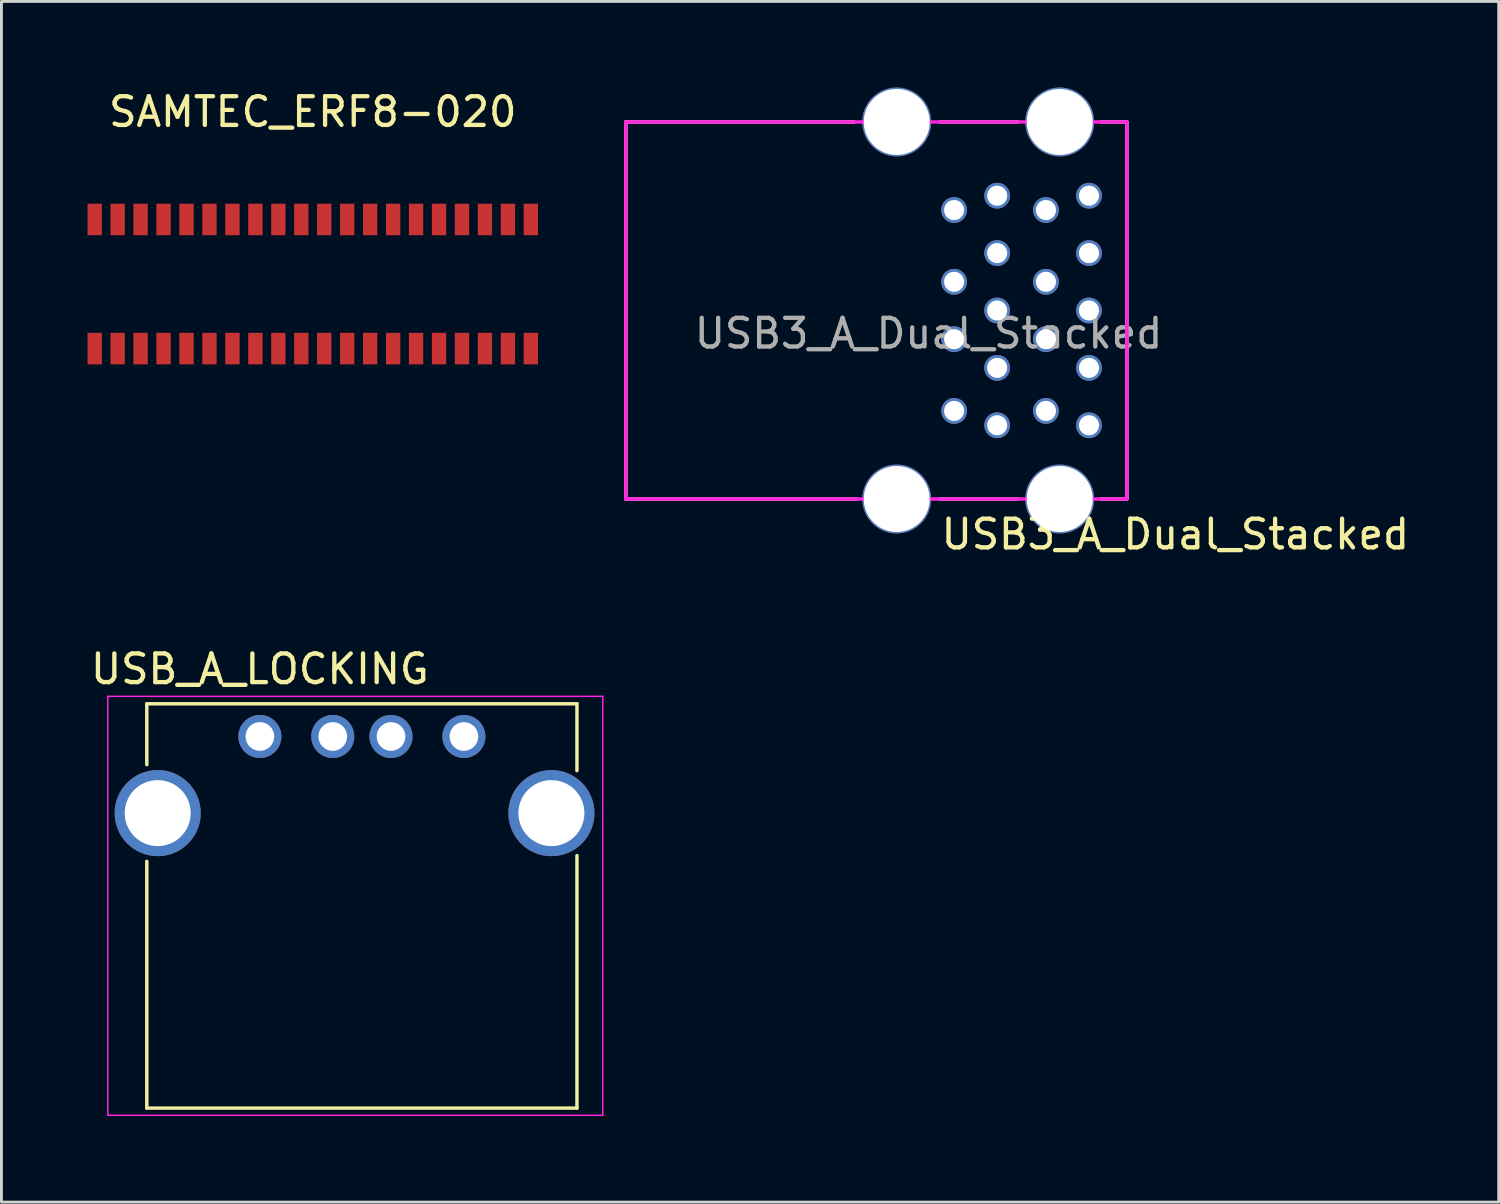
<source format=kicad_pcb>
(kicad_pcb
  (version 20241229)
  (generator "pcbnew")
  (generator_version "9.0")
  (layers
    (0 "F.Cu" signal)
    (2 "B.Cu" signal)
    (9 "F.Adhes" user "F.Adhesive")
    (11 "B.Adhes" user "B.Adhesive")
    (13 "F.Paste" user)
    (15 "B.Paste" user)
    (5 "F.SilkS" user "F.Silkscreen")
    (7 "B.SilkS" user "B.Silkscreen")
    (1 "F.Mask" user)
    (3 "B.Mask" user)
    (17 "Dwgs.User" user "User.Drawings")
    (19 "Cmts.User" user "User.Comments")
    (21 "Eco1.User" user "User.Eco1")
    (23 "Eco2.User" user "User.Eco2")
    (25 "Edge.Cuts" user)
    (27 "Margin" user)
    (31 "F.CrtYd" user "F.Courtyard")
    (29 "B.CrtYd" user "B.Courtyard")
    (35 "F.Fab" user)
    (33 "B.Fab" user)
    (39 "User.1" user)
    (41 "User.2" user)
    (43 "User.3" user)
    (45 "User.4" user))
  (footprint "USB3_A_Dual_Stacked"
    (layer "F.Cu")
    (at 28.91 7.77)
    (property "Reference" "USB3_A_Dual_Stacked" (at 9 7.8 0) (unlocked yes) (layer "F.SilkS") (effects (font (size 1 1) (thickness 0.15))))
    (fp_line (start -10.15 -6.57) (end -10.15 6.57) (stroke (width 0.12) (type solid)) (layer "F.SilkS"))
    (fp_line (start -2.2 -6.57) (end -10.15 -6.57) (stroke (width 0.12) (type solid)) (layer "F.SilkS"))
    (fp_line (start -2.1 6.57) (end -10.15 6.57) (stroke (width 0.12) (type solid)) (layer "F.SilkS"))
    (fp_line (start 3.5 -6.57) (end 0.8 -6.57) (stroke (width 0.12) (type solid)) (layer "F.SilkS"))
    (fp_line (start 3.5 6.57) (end 0.8 6.57) (stroke (width 0.12) (type solid)) (layer "F.SilkS"))
    (fp_line (start 7.31 -6.57) (end 6.4 -6.57) (stroke (width 0.12) (type solid)) (layer "F.SilkS"))
    (fp_line (start 7.31 6.57) (end 6.4 6.57) (stroke (width 0.12) (type solid)) (layer "F.SilkS"))
    (fp_line (start 7.31 6.57) (end 7.31 -6.57) (stroke (width 0.12) (type solid)) (layer "F.SilkS"))
    (fp_line (start -10.15 -6.57) (end -10.15 6.57) (stroke (width 0.12) (type solid)) (layer "F.CrtYd"))
    (fp_line (start 7.31 -6.57) (end -10.15 -6.57) (stroke (width 0.12) (type solid)) (layer "F.CrtYd"))
    (fp_line (start 7.31 6.57) (end -10.15 6.57) (stroke (width 0.12) (type solid)) (layer "F.CrtYd"))
    (fp_line (start 7.31 6.57) (end 7.31 -6.57) (stroke (width 0.12) (type solid)) (layer "F.CrtYd"))
    (fp_text user "${REFERENCE}" (at 0.4 0.8 0) (unlocked yes) (layer "F.Fab") (effects (font (size 1 1) (thickness 0.15))))
    (pad "1" thru_hole circle (at 1.29 -3.5) (size 0.9 0.9) (drill 0.7) (layers "*.Cu" "*.Mask"))
    (pad "2" thru_hole circle (at 1.29 -1) (size 0.9 0.9) (drill 0.7) (layers "*.Cu" "*.Mask"))
    (pad "3" thru_hole circle (at 1.29 1) (size 0.9 0.9) (drill 0.7) (layers "*.Cu" "*.Mask"))
    (pad "4" thru_hole circle (at 1.29 3.5) (size 0.9 0.9) (drill 0.7) (layers "*.Cu" "*.Mask"))
    (pad "5" thru_hole circle (at 2.79 4) (size 0.9 0.9) (drill 0.7) (layers "*.Cu" "*.Mask"))
    (pad "6" thru_hole circle (at 2.79 2) (size 0.9 0.9) (drill 0.7) (layers "*.Cu" "*.Mask"))
    (pad "7" thru_hole circle (at 2.79 0) (size 0.9 0.9) (drill 0.7) (layers "*.Cu" "*.Mask"))
    (pad "8" thru_hole circle (at 2.79 -2) (size 0.9 0.9) (drill 0.7) (layers "*.Cu" "*.Mask"))
    (pad "9" thru_hole circle (at 2.79 -4) (size 0.9 0.9) (drill 0.7) (layers "*.Cu" "*.Mask"))
    (pad "10" thru_hole circle (at 4.49 -3.5) (size 0.9 0.9) (drill 0.7) (layers "*.Cu" "*.Mask"))
    (pad "11" thru_hole circle (at 4.49 -1) (size 0.9 0.9) (drill 0.7) (layers "*.Cu" "*.Mask"))
    (pad "12" thru_hole circle (at 4.49 1) (size 0.9 0.9) (drill 0.7) (layers "*.Cu" "*.Mask"))
    (pad "13" thru_hole circle (at 4.49 3.5) (size 0.9 0.9) (drill 0.7) (layers "*.Cu" "*.Mask"))
    (pad "14" thru_hole circle (at 5.99 4) (size 0.9 0.9) (drill 0.7) (layers "*.Cu" "*.Mask"))
    (pad "15" thru_hole circle (at 5.99 2) (size 0.9 0.9) (drill 0.7) (layers "*.Cu" "*.Mask"))
    (pad "16" thru_hole circle (at 5.99 0) (size 0.9 0.9) (drill 0.7) (layers "*.Cu" "*.Mask"))
    (pad "17" thru_hole circle (at 5.99 -2) (size 0.9 0.9) (drill 0.7) (layers "*.Cu" "*.Mask"))
    (pad "18" thru_hole circle (at 5.99 -4) (size 0.9 0.9) (drill 0.7) (layers "*.Cu" "*.Mask"))
    (pad "S" thru_hole circle (at -0.71 -6.57) (size 2.4 2.4) (drill 2.3) (layers "*.Cu" "*.Mask"))
    (pad "S" thru_hole circle (at -0.71 6.57) (size 2.4 2.4) (drill 2.3) (layers "*.Cu" "*.Mask"))
    (pad "S" thru_hole circle (at 4.97 -6.57) (size 2.4 2.4) (drill 2.3) (layers "*.Cu" "*.Mask"))
    (pad "S" thru_hole circle (at 4.97 6.57) (size 2.4 2.4) (drill 2.3) (layers "*.Cu" "*.Mask")))
  (footprint "USB_A_LOCKING"
    (layer "F.Cu")
    (at 6.006 22.616)
    (property "Reference" "USB_A_LOCKING" (at 0 -2.35 0) (layer "F.SilkS") (effects (font (size 1 1) (thickness 0.15))))
    (attr through_hole)
    (fp_line (start -3.94 -1.14) (end -3.94 0.98) (stroke (width 0.12) (type solid)) (layer "F.SilkS"))
    (fp_line (start -3.94 4.35) (end -3.94 12.95) (stroke (width 0.12) (type solid)) (layer "F.SilkS"))
    (fp_line (start 11.05 -1.14) (end -3.94 -1.14) (stroke (width 0.12) (type solid)) (layer "F.SilkS"))
    (fp_line (start 11.05 -1.14) (end 11.05 1.19) (stroke (width 0.12) (type solid)) (layer "F.SilkS"))
    (fp_line (start 11.05 4.15) (end 11.05 12.95) (stroke (width 0.12) (type solid)) (layer "F.SilkS"))
    (fp_line (start 11.05 12.95) (end -3.94 12.95) (stroke (width 0.12) (type solid)) (layer "F.SilkS"))
    (fp_line (start -5.3 -1.4) (end 11.95 -1.4) (stroke (width 0.05) (type solid)) (layer "F.CrtYd"))
    (fp_line (start -5.3 13.2) (end -5.3 -1.4) (stroke (width 0.05) (type solid)) (layer "F.CrtYd"))
    (fp_line (start -5.3 13.2) (end 11.95 13.2) (stroke (width 0.05) (type solid)) (layer "F.CrtYd"))
    (fp_line (start 11.95 -1.4) (end 11.95 13.2) (stroke (width 0.05) (type solid)) (layer "F.CrtYd"))
    (pad "1" thru_hole circle (at 0 0 270) (size 1.5 1.5) (drill 1) (layers "*.Cu" "*.Mask"))
    (pad "2" thru_hole circle (at 2.54 0 270) (size 1.5 1.5) (drill 1) (layers "*.Cu" "*.Mask"))
    (pad "3" thru_hole circle (at 4.57 0 270) (size 1.5 1.5) (drill 1) (layers "*.Cu" "*.Mask"))
    (pad "4" thru_hole circle (at 7.11 0 270) (size 1.5 1.5) (drill 1) (layers "*.Cu" "*.Mask"))
    (pad "5" thru_hole circle (at -3.56 2.67 270) (size 3 3) (drill 2.3) (layers "*.Cu" "*.Mask"))
    (pad "5" thru_hole circle (at 10.16 2.67 270) (size 3 3) (drill 2.3) (layers "*.Cu" "*.Mask")))
  (footprint "SAMTEC_ERF8-020"
    (layer "F.Cu")
    (at 7.85 6.848)
    (property "Reference" "SAMTEC_ERF8-020" (at 0 -6 0) (layer "F.SilkS") (effects (font (size 1 1) (thickness 0.15))))
    (attr through_hole)
    (pad "1" smd rect (at -7.6 2.25) (size 0.5 1.1) (layers "F.Cu" "F.Mask" "F.Paste"))
    (pad "2" smd rect (at -7.6 -2.25) (size 0.5 1.1) (layers "F.Cu" "F.Mask" "F.Paste"))
    (pad "3" smd rect (at -6.8 2.25) (size 0.5 1.1) (layers "F.Cu" "F.Mask" "F.Paste"))
    (pad "4" smd rect (at -6.8 -2.25) (size 0.5 1.1) (layers "F.Cu" "F.Mask" "F.Paste"))
    (pad "5" smd rect (at -6 2.25) (size 0.5 1.1) (layers "F.Cu" "F.Mask" "F.Paste"))
    (pad "6" smd rect (at -6 -2.25) (size 0.5 1.1) (layers "F.Cu" "F.Mask" "F.Paste"))
    (pad "7" smd rect (at -5.2 2.25) (size 0.5 1.1) (layers "F.Cu" "F.Mask" "F.Paste"))
    (pad "8" smd rect (at -5.2 -2.25) (size 0.5 1.1) (layers "F.Cu" "F.Mask" "F.Paste"))
    (pad "9" smd rect (at -4.4 2.25) (size 0.5 1.1) (layers "F.Cu" "F.Mask" "F.Paste"))
    (pad "10" smd rect (at -4.4 -2.25) (size 0.5 1.1) (layers "F.Cu" "F.Mask" "F.Paste"))
    (pad "11" smd rect (at -3.6 2.25) (size 0.5 1.1) (layers "F.Cu" "F.Mask" "F.Paste"))
    (pad "12" smd rect (at -3.6 -2.25) (size 0.5 1.1) (layers "F.Cu" "F.Mask" "F.Paste"))
    (pad "13" smd rect (at -2.8 2.25) (size 0.5 1.1) (layers "F.Cu" "F.Mask" "F.Paste"))
    (pad "14" smd rect (at -2.8 -2.25) (size 0.5 1.1) (layers "F.Cu" "F.Mask" "F.Paste"))
    (pad "15" smd rect (at -2 2.25) (size 0.5 1.1) (layers "F.Cu" "F.Mask" "F.Paste"))
    (pad "16" smd rect (at -2 -2.25) (size 0.5 1.1) (layers "F.Cu" "F.Mask" "F.Paste"))
    (pad "17" smd rect (at -1.2 2.25) (size 0.5 1.1) (layers "F.Cu" "F.Mask" "F.Paste"))
    (pad "18" smd rect (at -1.2 -2.25) (size 0.5 1.1) (layers "F.Cu" "F.Mask" "F.Paste"))
    (pad "19" smd rect (at -0.4 2.25) (size 0.5 1.1) (layers "F.Cu" "F.Mask" "F.Paste"))
    (pad "20" smd rect (at -0.4 -2.25) (size 0.5 1.1) (layers "F.Cu" "F.Mask" "F.Paste"))
    (pad "21" smd rect (at 0.4 2.25) (size 0.5 1.1) (layers "F.Cu" "F.Mask" "F.Paste"))
    (pad "22" smd rect (at 0.4 -2.25) (size 0.5 1.1) (layers "F.Cu" "F.Mask" "F.Paste"))
    (pad "23" smd rect (at 1.2 2.25) (size 0.5 1.1) (layers "F.Cu" "F.Mask" "F.Paste"))
    (pad "24" smd rect (at 1.2 -2.25) (size 0.5 1.1) (layers "F.Cu" "F.Mask" "F.Paste"))
    (pad "25" smd rect (at 2 2.25) (size 0.5 1.1) (layers "F.Cu" "F.Mask" "F.Paste"))
    (pad "26" smd rect (at 2 -2.25) (size 0.5 1.1) (layers "F.Cu" "F.Mask" "F.Paste"))
    (pad "27" smd rect (at 2.8 2.25) (size 0.5 1.1) (layers "F.Cu" "F.Mask" "F.Paste"))
    (pad "28" smd rect (at 2.8 -2.25) (size 0.5 1.1) (layers "F.Cu" "F.Mask" "F.Paste"))
    (pad "29" smd rect (at 3.6 2.25) (size 0.5 1.1) (layers "F.Cu" "F.Mask" "F.Paste"))
    (pad "30" smd rect (at 3.6 -2.25) (size 0.5 1.1) (layers "F.Cu" "F.Mask" "F.Paste"))
    (pad "31" smd rect (at 4.4 2.25) (size 0.5 1.1) (layers "F.Cu" "F.Mask" "F.Paste"))
    (pad "32" smd rect (at 4.4 -2.25) (size 0.5 1.1) (layers "F.Cu" "F.Mask" "F.Paste"))
    (pad "33" smd rect (at 5.2 2.25) (size 0.5 1.1) (layers "F.Cu" "F.Mask" "F.Paste"))
    (pad "34" smd rect (at 5.2 -2.25) (size 0.5 1.1) (layers "F.Cu" "F.Mask" "F.Paste"))
    (pad "35" smd rect (at 6 2.25) (size 0.5 1.1) (layers "F.Cu" "F.Mask" "F.Paste"))
    (pad "36" smd rect (at 6 -2.25) (size 0.5 1.1) (layers "F.Cu" "F.Mask" "F.Paste"))
    (pad "37" smd rect (at 6.8 2.25) (size 0.5 1.1) (layers "F.Cu" "F.Mask" "F.Paste"))
    (pad "38" smd rect (at 6.8 -2.25) (size 0.5 1.1) (layers "F.Cu" "F.Mask" "F.Paste"))
    (pad "39" smd rect (at 7.6 2.25) (size 0.5 1.1) (layers "F.Cu" "F.Mask" "F.Paste"))
    (pad "40" smd rect (at 7.6 -2.25) (size 0.5 1.1) (layers "F.Cu" "F.Mask" "F.Paste")))
  (gr_rect
    (start -3 -3)
    (end 49.178 38.842)
    (stroke (width 0.1) (type default))
    (fill no)
    (layer "Edge.Cuts")))
</source>
